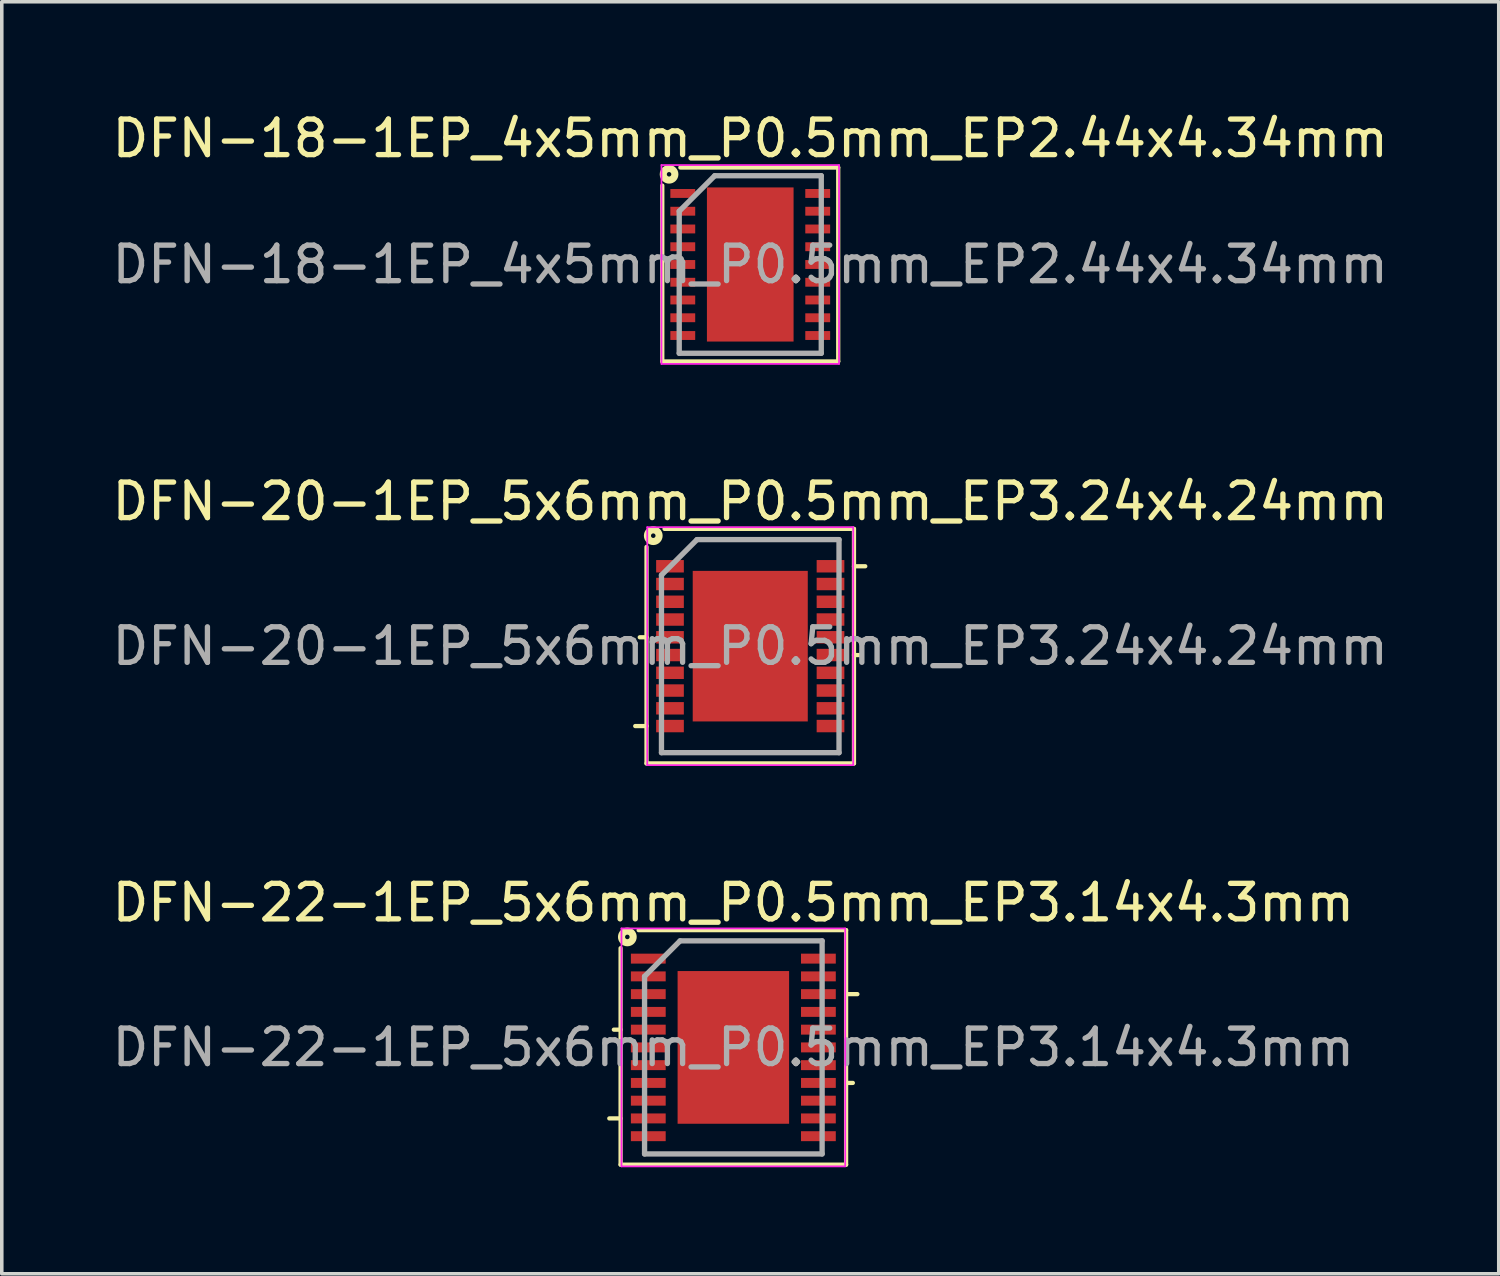
<source format=kicad_pcb>
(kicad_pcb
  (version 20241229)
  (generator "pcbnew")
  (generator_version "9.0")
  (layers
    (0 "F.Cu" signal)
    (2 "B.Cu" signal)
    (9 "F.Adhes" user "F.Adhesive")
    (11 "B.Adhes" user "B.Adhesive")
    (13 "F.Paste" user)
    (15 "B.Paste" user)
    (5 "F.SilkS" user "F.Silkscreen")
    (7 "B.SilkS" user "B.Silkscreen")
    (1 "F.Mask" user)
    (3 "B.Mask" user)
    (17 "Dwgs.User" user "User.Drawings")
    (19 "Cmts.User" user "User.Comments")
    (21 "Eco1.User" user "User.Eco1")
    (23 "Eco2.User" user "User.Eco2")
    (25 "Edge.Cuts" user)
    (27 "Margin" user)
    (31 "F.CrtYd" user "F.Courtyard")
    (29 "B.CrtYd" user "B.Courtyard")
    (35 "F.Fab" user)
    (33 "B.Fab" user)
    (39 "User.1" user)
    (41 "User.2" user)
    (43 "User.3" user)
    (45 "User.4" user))
  (footprint "DFN-18-1EP_4x5mm_P0.5mm_EP2.44x4.34mm"
    (layer "F.Cu")
    (at 18.077 4.398)
    (property "Reference" "DFN-18-1EP_4x5mm_P0.5mm_EP2.44x4.34mm" (at 0 -3.55 0) (layer "F.SilkS") (effects (font (size 1 1) (thickness 0.15))))
    (attr smd)
    (fp_line (start -2.477 2.731) (end -2.477 -2.223) (stroke (width 0.12) (type solid)) (layer "F.SilkS"))
    (fp_line (start -1.968 -2.731) (end 2.477 -2.731) (stroke (width 0.12) (type solid)) (layer "F.SilkS"))
    (fp_line (start 2.477 -2.731) (end 2.477 2.731) (stroke (width 0.12) (type solid)) (layer "F.SilkS"))
    (fp_line (start 2.477 2.731) (end -2.477 2.731) (stroke (width 0.12) (type solid)) (layer "F.SilkS"))
    (fp_circle (center -2.286 -2.54) (end -2.223 -2.54) (stroke (width 0.2) (type solid)) (fill no) (layer "F.SilkS"))
    (fp_line (start -2.5 -2.8) (end -2.5 2.8) (stroke (width 0.05) (type solid)) (layer "F.CrtYd"))
    (fp_line (start -2.5 -2.8) (end 2.5 -2.8) (stroke (width 0.05) (type solid)) (layer "F.CrtYd"))
    (fp_line (start -2.5 2.8) (end 2.5 2.8) (stroke (width 0.05) (type solid)) (layer "F.CrtYd"))
    (fp_line (start 2.5 -2.8) (end 2.5 2.8) (stroke (width 0.05) (type solid)) (layer "F.CrtYd"))
    (fp_line (start -2 -1.5) (end -1 -2.5) (stroke (width 0.15) (type solid)) (layer "F.Fab"))
    (fp_line (start -2 2.5) (end -2 -1.5) (stroke (width 0.15) (type solid)) (layer "F.Fab"))
    (fp_line (start -1 -2.5) (end 2 -2.5) (stroke (width 0.15) (type solid)) (layer "F.Fab"))
    (fp_line (start 2 -2.5) (end 2 2.5) (stroke (width 0.15) (type solid)) (layer "F.Fab"))
    (fp_line (start 2 2.5) (end -2 2.5) (stroke (width 0.15) (type solid)) (layer "F.Fab"))
    (fp_text user "${REFERENCE}" (at 0 0 0) (layer "F.Fab") (effects (font (size 1 1) (thickness 0.15))))
    (pad "" smd rect (at -0.61 -1.627) (size 1 0.86) (layers "F.Paste"))
    (pad "" smd rect (at -0.61 -0.542) (size 1 0.86) (layers "F.Paste"))
    (pad "" smd rect (at -0.61 0.542) (size 1 0.86) (layers "F.Paste"))
    (pad "" smd rect (at -0.61 1.627) (size 1 0.86) (layers "F.Paste"))
    (pad "" smd rect (at 0.61 -1.627) (size 1 0.86) (layers "F.Paste"))
    (pad "" smd rect (at 0.61 -0.542) (size 1 0.86) (layers "F.Paste"))
    (pad "" smd rect (at 0.61 0.542) (size 1 0.86) (layers "F.Paste"))
    (pad "" smd rect (at 0.61 1.627) (size 1 0.86) (layers "F.Paste"))
    (pad "1" smd rect (at -1.9 -2) (size 0.7 0.25) (layers "F.Cu" "F.Mask" "F.Paste"))
    (pad "2" smd rect (at -1.9 -1.5) (size 0.7 0.25) (layers "F.Cu" "F.Mask" "F.Paste"))
    (pad "3" smd rect (at -1.9 -1) (size 0.7 0.25) (layers "F.Cu" "F.Mask" "F.Paste"))
    (pad "4" smd rect (at -1.9 -0.5) (size 0.7 0.25) (layers "F.Cu" "F.Mask" "F.Paste"))
    (pad "5" smd rect (at -1.9 0) (size 0.7 0.25) (layers "F.Cu" "F.Mask" "F.Paste"))
    (pad "6" smd rect (at -1.9 0.5) (size 0.7 0.25) (layers "F.Cu" "F.Mask" "F.Paste"))
    (pad "7" smd rect (at -1.9 1) (size 0.7 0.25) (layers "F.Cu" "F.Mask" "F.Paste"))
    (pad "8" smd rect (at -1.9 1.5) (size 0.7 0.25) (layers "F.Cu" "F.Mask" "F.Paste"))
    (pad "9" smd rect (at -1.9 2) (size 0.7 0.25) (layers "F.Cu" "F.Mask" "F.Paste"))
    (pad "10" smd rect (at 1.9 2) (size 0.7 0.25) (layers "F.Cu" "F.Mask" "F.Paste"))
    (pad "11" smd rect (at 1.9 1.5) (size 0.7 0.25) (layers "F.Cu" "F.Mask" "F.Paste"))
    (pad "12" smd rect (at 1.9 1) (size 0.7 0.25) (layers "F.Cu" "F.Mask" "F.Paste"))
    (pad "13" smd rect (at 1.9 0.5) (size 0.7 0.25) (layers "F.Cu" "F.Mask" "F.Paste"))
    (pad "14" smd rect (at 1.9 0) (size 0.7 0.25) (layers "F.Cu" "F.Mask" "F.Paste"))
    (pad "15" smd rect (at 1.9 -0.5) (size 0.7 0.25) (layers "F.Cu" "F.Mask" "F.Paste"))
    (pad "16" smd rect (at 1.9 -1) (size 0.7 0.25) (layers "F.Cu" "F.Mask" "F.Paste"))
    (pad "17" smd rect (at 1.9 -1.5) (size 0.7 0.25) (layers "F.Cu" "F.Mask" "F.Paste"))
    (pad "18" smd rect (at 1.9 -2) (size 0.7 0.25) (layers "F.Cu" "F.Mask" "F.Paste"))
    (pad "19" smd rect (at 0 0) (size 2.44 4.34) (layers "F.Cu" "F.Mask")))
  (footprint "DFN-22-1EP_5x6mm_P0.5mm_EP3.14x4.3mm"
    (layer "F.Cu")
    (at 17.601 26.445)
    (property "Reference" "DFN-22-1EP_5x6mm_P0.5mm_EP3.14x4.3mm" (at 0 -4.075 0) (layer "F.SilkS") (effects (font (size 1 1) (thickness 0.15))))
    (attr smd)
    (fp_line (start -3.175 -0.5) (end -3.365 -0.5) (stroke (width 0.12) (type solid)) (layer "F.SilkS"))
    (fp_line (start -3.175 2) (end -3.493 2) (stroke (width 0.12) (type solid)) (layer "F.SilkS"))
    (fp_line (start -3.175 3.302) (end -3.175 -2.794) (stroke (width 0.12) (type solid)) (layer "F.SilkS"))
    (fp_line (start -2.667 -3.302) (end 3.175 -3.302) (stroke (width 0.12) (type solid)) (layer "F.SilkS"))
    (fp_line (start 3.175 -3.302) (end 3.175 3.302) (stroke (width 0.12) (type solid)) (layer "F.SilkS"))
    (fp_line (start 3.175 -1.5) (end 3.493 -1.5) (stroke (width 0.12) (type solid)) (layer "F.SilkS"))
    (fp_line (start 3.175 1) (end 3.365 1) (stroke (width 0.12) (type solid)) (layer "F.SilkS"))
    (fp_line (start 3.175 3.302) (end -3.175 3.302) (stroke (width 0.12) (type solid)) (layer "F.SilkS"))
    (fp_circle (center -2.985 -3.111) (end -2.921 -3.111) (stroke (width 0.2) (type solid)) (fill no) (layer "F.SilkS"))
    (fp_line (start -3.15 -3.35) (end -3.15 3.35) (stroke (width 0.05) (type solid)) (layer "F.CrtYd"))
    (fp_line (start -3.15 -3.35) (end 3.15 -3.35) (stroke (width 0.05) (type solid)) (layer "F.CrtYd"))
    (fp_line (start -3.15 3.35) (end 3.15 3.35) (stroke (width 0.05) (type solid)) (layer "F.CrtYd"))
    (fp_line (start 3.15 -3.35) (end 3.15 3.35) (stroke (width 0.05) (type solid)) (layer "F.CrtYd"))
    (fp_line (start -2.5 -2) (end -1.5 -3) (stroke (width 0.15) (type solid)) (layer "F.Fab"))
    (fp_line (start -2.5 3) (end -2.5 -2) (stroke (width 0.15) (type solid)) (layer "F.Fab"))
    (fp_line (start -1.5 -3) (end 2.5 -3) (stroke (width 0.15) (type solid)) (layer "F.Fab"))
    (fp_line (start 2.5 -3) (end 2.5 3) (stroke (width 0.15) (type solid)) (layer "F.Fab"))
    (fp_line (start 2.5 3) (end -2.5 3) (stroke (width 0.15) (type solid)) (layer "F.Fab"))
    (fp_text user "${REFERENCE}" (at 0 0 0) (layer "F.Fab") (effects (font (size 1 1) (thickness 0.15))))
    (pad "" smd rect (at -1.05 -1.613) (size 0.855 0.855) (layers "F.Paste"))
    (pad "" smd rect (at -1.05 -0.537) (size 0.855 0.855) (layers "F.Paste"))
    (pad "" smd rect (at -1.05 0.537) (size 0.855 0.855) (layers "F.Paste"))
    (pad "" smd rect (at -1.05 1.613) (size 0.855 0.855) (layers "F.Paste"))
    (pad "" smd rect (at 0 -1.613) (size 0.855 0.855) (layers "F.Paste"))
    (pad "" smd rect (at 0 -0.537) (size 0.855 0.855) (layers "F.Paste"))
    (pad "" smd rect (at 0 0.537) (size 0.855 0.855) (layers "F.Paste"))
    (pad "" smd rect (at 0 1.613) (size 0.855 0.855) (layers "F.Paste"))
    (pad "" smd rect (at 1.05 -1.613) (size 0.855 0.855) (layers "F.Paste"))
    (pad "" smd rect (at 1.05 -0.537) (size 0.855 0.855) (layers "F.Paste"))
    (pad "" smd rect (at 1.05 0.537) (size 0.855 0.855) (layers "F.Paste"))
    (pad "" smd rect (at 1.05 1.613) (size 0.855 0.855) (layers "F.Paste"))
    (pad "1" smd rect (at -2.395 -2.5) (size 0.98 0.28) (layers "F.Cu" "F.Mask" "F.Paste"))
    (pad "2" smd rect (at -2.395 -2) (size 0.98 0.28) (layers "F.Cu" "F.Mask" "F.Paste"))
    (pad "3" smd rect (at -2.395 -1.5) (size 0.98 0.28) (layers "F.Cu" "F.Mask" "F.Paste"))
    (pad "4" smd rect (at -2.395 -1) (size 0.98 0.28) (layers "F.Cu" "F.Mask" "F.Paste"))
    (pad "5" smd rect (at -2.395 -0.5) (size 0.98 0.28) (layers "F.Cu" "F.Mask" "F.Paste"))
    (pad "6" smd rect (at -2.395 0) (size 0.98 0.28) (layers "F.Cu" "F.Mask" "F.Paste"))
    (pad "7" smd rect (at -2.395 0.5) (size 0.98 0.28) (layers "F.Cu" "F.Mask" "F.Paste"))
    (pad "8" smd rect (at -2.395 1) (size 0.98 0.28) (layers "F.Cu" "F.Mask" "F.Paste"))
    (pad "9" smd rect (at -2.395 1.5) (size 0.98 0.28) (layers "F.Cu" "F.Mask" "F.Paste"))
    (pad "10" smd rect (at -2.395 2) (size 0.98 0.28) (layers "F.Cu" "F.Mask" "F.Paste"))
    (pad "11" smd rect (at -2.395 2.5) (size 0.98 0.28) (layers "F.Cu" "F.Mask" "F.Paste"))
    (pad "12" smd rect (at 2.395 2.5) (size 0.98 0.28) (layers "F.Cu" "F.Mask" "F.Paste"))
    (pad "13" smd rect (at 2.395 2) (size 0.98 0.28) (layers "F.Cu" "F.Mask" "F.Paste"))
    (pad "14" smd rect (at 2.395 1.5) (size 0.98 0.28) (layers "F.Cu" "F.Mask" "F.Paste"))
    (pad "15" smd rect (at 2.395 1) (size 0.98 0.28) (layers "F.Cu" "F.Mask" "F.Paste"))
    (pad "16" smd rect (at 2.395 0.5) (size 0.98 0.28) (layers "F.Cu" "F.Mask" "F.Paste"))
    (pad "17" smd rect (at 2.395 0) (size 0.98 0.28) (layers "F.Cu" "F.Mask" "F.Paste"))
    (pad "18" smd rect (at 2.395 -0.5) (size 0.98 0.28) (layers "F.Cu" "F.Mask" "F.Paste"))
    (pad "19" smd rect (at 2.395 -1) (size 0.98 0.28) (layers "F.Cu" "F.Mask" "F.Paste"))
    (pad "20" smd rect (at 2.395 -1.5) (size 0.98 0.28) (layers "F.Cu" "F.Mask" "F.Paste"))
    (pad "21" smd rect (at 2.395 -2) (size 0.98 0.28) (layers "F.Cu" "F.Mask" "F.Paste"))
    (pad "22" smd rect (at 2.395 -2.5) (size 0.98 0.28) (layers "F.Cu" "F.Mask" "F.Paste"))
    (pad "23" smd rect (at 0 0) (size 3.14 4.3) (layers "F.Cu" "F.Mask")))
  (footprint "DFN-20-1EP_5x6mm_P0.5mm_EP3.24x4.24mm"
    (layer "F.Cu")
    (at 18.077 15.146)
    (property "Reference" "DFN-20-1EP_5x6mm_P0.5mm_EP3.24x4.24mm" (at 0 -4.075 0) (layer "F.SilkS") (effects (font (size 1 1) (thickness 0.15))))
    (attr smd)
    (fp_line (start -2.921 -0.25) (end -3.111 -0.25) (stroke (width 0.12) (type solid)) (layer "F.SilkS"))
    (fp_line (start -2.921 2.25) (end -3.239 2.25) (stroke (width 0.12) (type solid)) (layer "F.SilkS"))
    (fp_line (start -2.921 3.302) (end -2.921 -2.794) (stroke (width 0.12) (type solid)) (layer "F.SilkS"))
    (fp_line (start -2.413 -3.302) (end 2.857 -3.302) (stroke (width 0.12) (type solid)) (layer "F.SilkS"))
    (fp_line (start 2.857 -3.302) (end 2.921 -3.302) (stroke (width 0.12) (type solid)) (layer "F.SilkS"))
    (fp_line (start 2.921 -3.302) (end 2.921 3.302) (stroke (width 0.12) (type solid)) (layer "F.SilkS"))
    (fp_line (start 2.921 -2.25) (end 3.239 -2.25) (stroke (width 0.12) (type solid)) (layer "F.SilkS"))
    (fp_line (start 2.921 0.25) (end 3.111 0.25) (stroke (width 0.12) (type solid)) (layer "F.SilkS"))
    (fp_line (start 2.921 3.302) (end -2.921 3.302) (stroke (width 0.12) (type solid)) (layer "F.SilkS"))
    (fp_circle (center -2.731 -3.111) (end -2.667 -3.111) (stroke (width 0.2) (type solid)) (fill no) (layer "F.SilkS"))
    (fp_line (start -2.9 -3.35) (end -2.9 3.35) (stroke (width 0.05) (type solid)) (layer "F.CrtYd"))
    (fp_line (start -2.9 -3.35) (end 2.9 -3.35) (stroke (width 0.05) (type solid)) (layer "F.CrtYd"))
    (fp_line (start -2.9 3.35) (end 2.9 3.35) (stroke (width 0.05) (type solid)) (layer "F.CrtYd"))
    (fp_line (start 2.9 -3.35) (end 2.9 3.35) (stroke (width 0.05) (type solid)) (layer "F.CrtYd"))
    (fp_line (start -2.5 -2) (end -1.5 -3) (stroke (width 0.15) (type solid)) (layer "F.Fab"))
    (fp_line (start -2.5 3) (end -2.5 -2) (stroke (width 0.15) (type solid)) (layer "F.Fab"))
    (fp_line (start -1.5 -3) (end 2.5 -3) (stroke (width 0.15) (type solid)) (layer "F.Fab"))
    (fp_line (start 2.5 -3) (end 2.5 3) (stroke (width 0.15) (type solid)) (layer "F.Fab"))
    (fp_line (start 2.5 3) (end -2.5 3) (stroke (width 0.15) (type solid)) (layer "F.Fab"))
    (fp_text user "${REFERENCE}" (at 0 0 0) (layer "F.Fab") (effects (font (size 1 1) (thickness 0.15))))
    (pad "" smd rect (at -1.08 -1.59) (size 0.86 0.86) (layers "F.Paste"))
    (pad "" smd rect (at -1.08 -0.53) (size 0.86 0.86) (layers "F.Paste"))
    (pad "" smd rect (at -1.08 0.53) (size 0.86 0.86) (layers "F.Paste"))
    (pad "" smd rect (at -1.08 1.59) (size 0.86 0.86) (layers "F.Paste"))
    (pad "" smd rect (at 0 -1.59) (size 0.86 0.86) (layers "F.Paste"))
    (pad "" smd rect (at 0 -0.53) (size 0.86 0.86) (layers "F.Paste"))
    (pad "" smd rect (at 0 0.53) (size 0.86 0.86) (layers "F.Paste"))
    (pad "" smd rect (at 0 1.59) (size 0.86 0.86) (layers "F.Paste"))
    (pad "" smd rect (at 1.08 -1.59) (size 0.86 0.86) (layers "F.Paste"))
    (pad "" smd rect (at 1.08 -0.53) (size 0.86 0.86) (layers "F.Paste"))
    (pad "" smd rect (at 1.08 0.53) (size 0.86 0.86) (layers "F.Paste"))
    (pad "" smd rect (at 1.08 1.59) (size 0.86 0.86) (layers "F.Paste"))
    (pad "1" smd rect (at -2.26 -2.25) (size 0.78 0.35) (layers "F.Cu" "F.Mask" "F.Paste"))
    (pad "2" smd rect (at -2.26 -1.75) (size 0.78 0.35) (layers "F.Cu" "F.Mask" "F.Paste"))
    (pad "3" smd rect (at -2.26 -1.25) (size 0.78 0.35) (layers "F.Cu" "F.Mask" "F.Paste"))
    (pad "4" smd rect (at -2.26 -0.75) (size 0.78 0.35) (layers "F.Cu" "F.Mask" "F.Paste"))
    (pad "5" smd rect (at -2.26 -0.25) (size 0.78 0.35) (layers "F.Cu" "F.Mask" "F.Paste"))
    (pad "6" smd rect (at -2.26 0.25) (size 0.78 0.35) (layers "F.Cu" "F.Mask" "F.Paste"))
    (pad "7" smd rect (at -2.26 0.75) (size 0.78 0.35) (layers "F.Cu" "F.Mask" "F.Paste"))
    (pad "8" smd rect (at -2.26 1.25) (size 0.78 0.35) (layers "F.Cu" "F.Mask" "F.Paste"))
    (pad "9" smd rect (at -2.26 1.75) (size 0.78 0.35) (layers "F.Cu" "F.Mask" "F.Paste"))
    (pad "10" smd rect (at -2.26 2.25) (size 0.78 0.35) (layers "F.Cu" "F.Mask" "F.Paste"))
    (pad "11" smd rect (at 2.26 2.25) (size 0.78 0.35) (layers "F.Cu" "F.Mask" "F.Paste"))
    (pad "12" smd rect (at 2.26 1.75) (size 0.78 0.35) (layers "F.Cu" "F.Mask" "F.Paste"))
    (pad "13" smd rect (at 2.26 1.25) (size 0.78 0.35) (layers "F.Cu" "F.Mask" "F.Paste"))
    (pad "14" smd rect (at 2.26 0.75) (size 0.78 0.35) (layers "F.Cu" "F.Mask" "F.Paste"))
    (pad "15" smd rect (at 2.26 0.25) (size 0.78 0.35) (layers "F.Cu" "F.Mask" "F.Paste"))
    (pad "16" smd rect (at 2.26 -0.25) (size 0.78 0.35) (layers "F.Cu" "F.Mask" "F.Paste"))
    (pad "17" smd rect (at 2.26 -0.75) (size 0.78 0.35) (layers "F.Cu" "F.Mask" "F.Paste"))
    (pad "18" smd rect (at 2.26 -1.25) (size 0.78 0.35) (layers "F.Cu" "F.Mask" "F.Paste"))
    (pad "19" smd rect (at 2.26 -1.75) (size 0.78 0.35) (layers "F.Cu" "F.Mask" "F.Paste"))
    (pad "20" smd rect (at 2.26 -2.25) (size 0.78 0.35) (layers "F.Cu" "F.Mask" "F.Paste"))
    (pad "21" smd rect (at 0 0) (size 3.24 4.24) (layers "F.Cu" "F.Mask")))
  (gr_rect
    (start -3 -3)
    (end 39.155 32.82)
    (stroke (width 0.1) (type default))
    (fill no)
    (layer "Edge.Cuts")))
</source>
